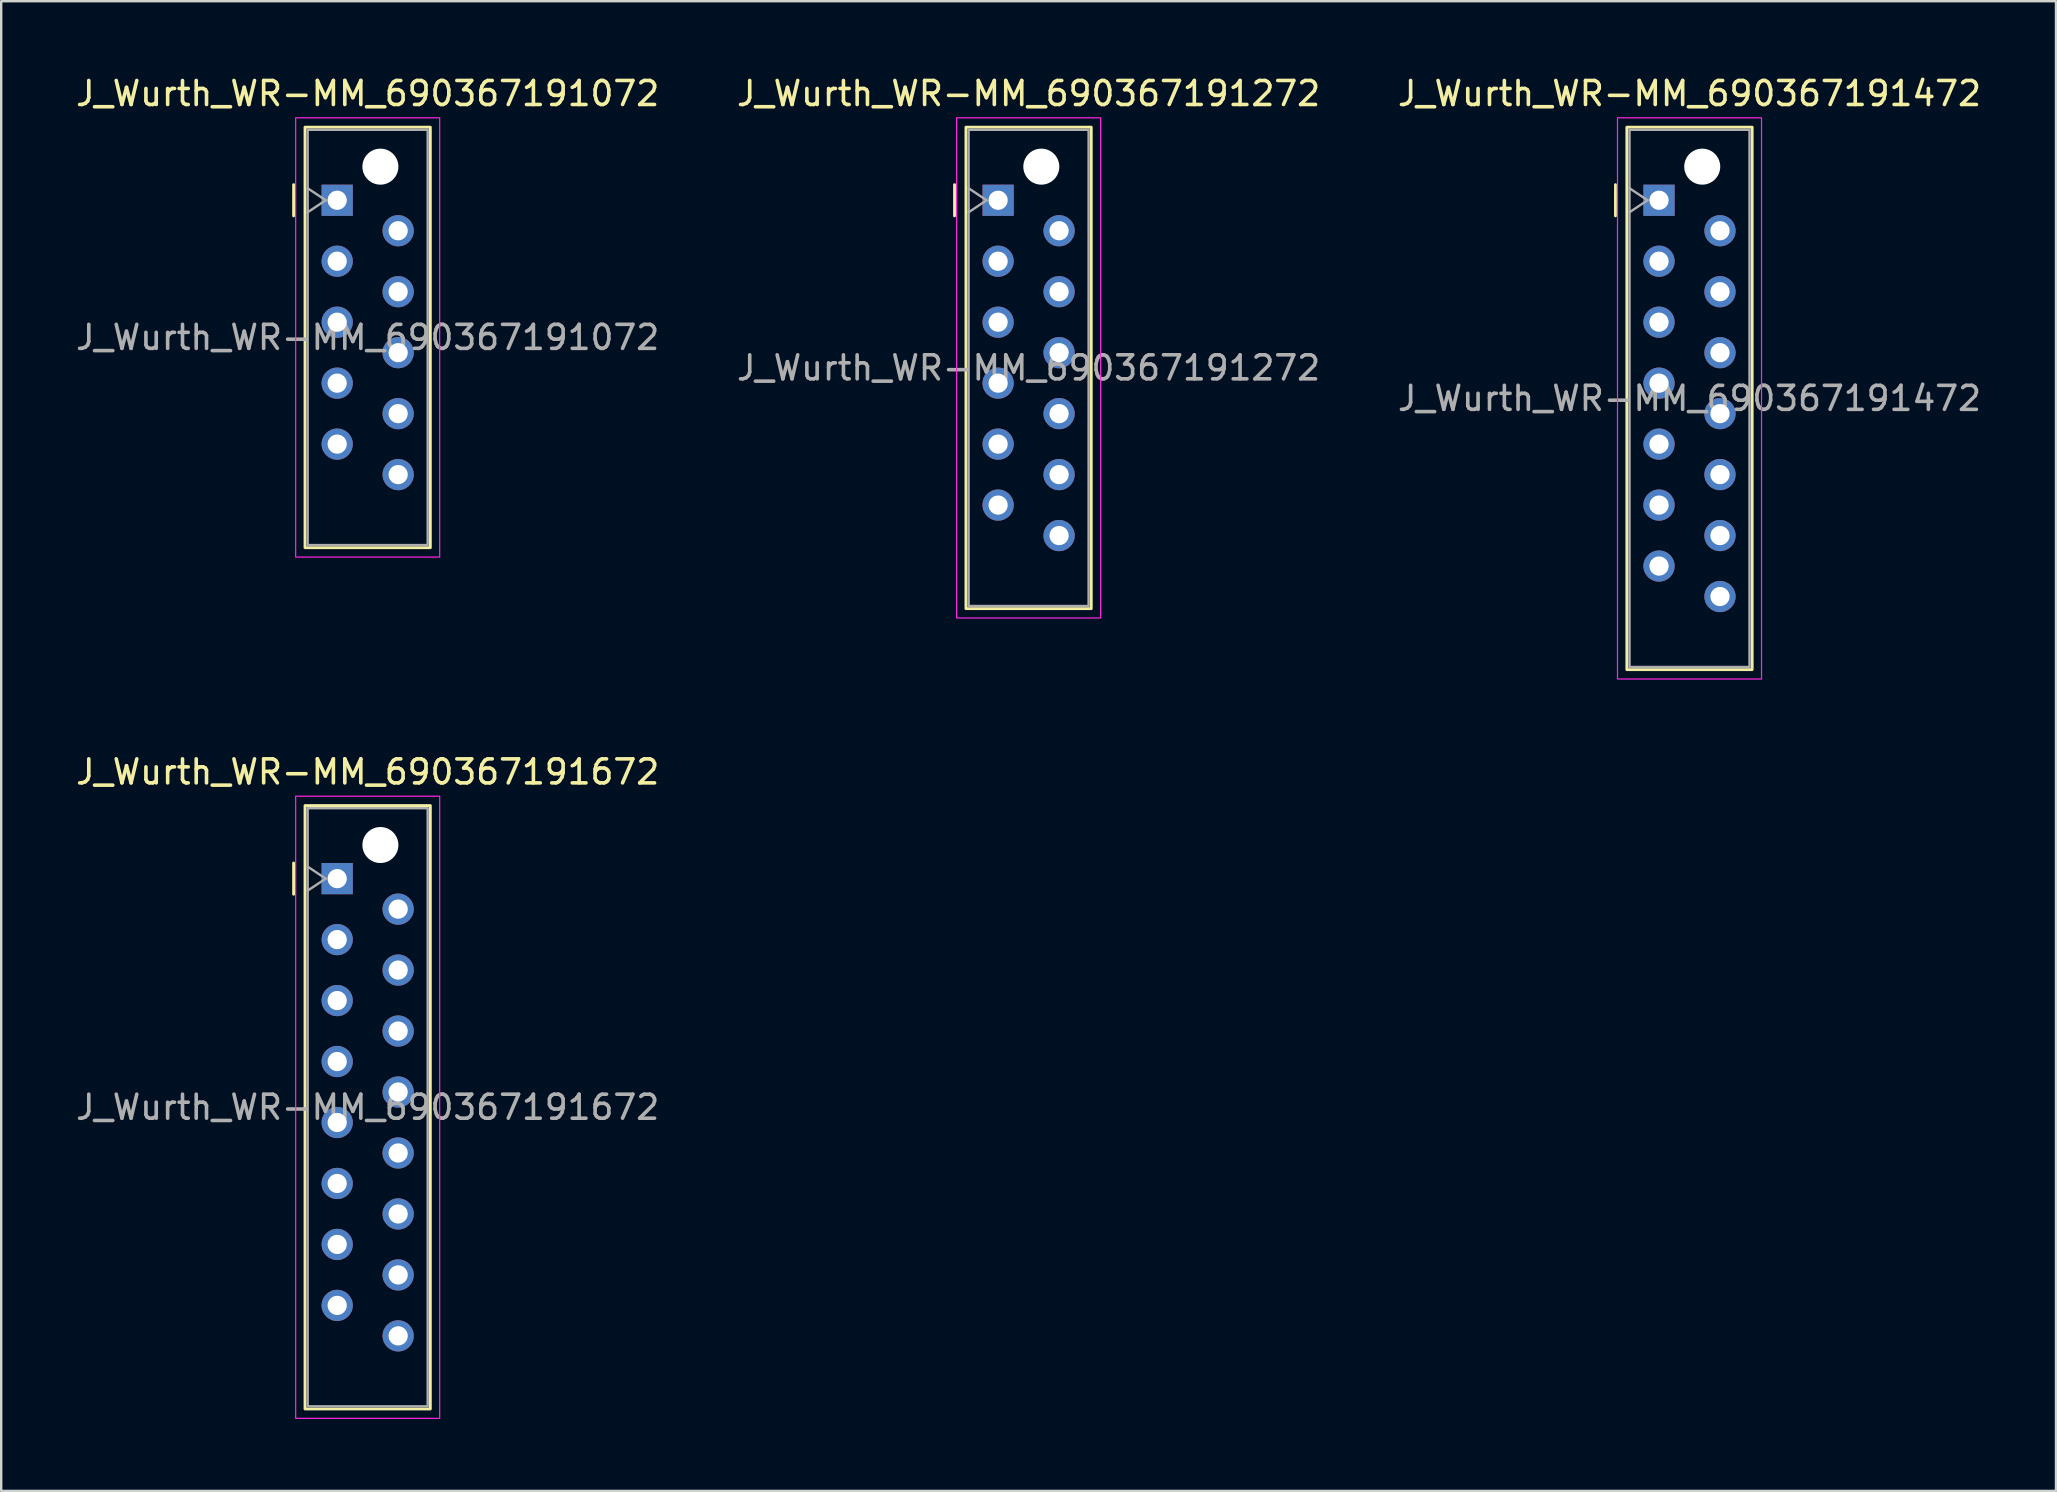
<source format=kicad_pcb>
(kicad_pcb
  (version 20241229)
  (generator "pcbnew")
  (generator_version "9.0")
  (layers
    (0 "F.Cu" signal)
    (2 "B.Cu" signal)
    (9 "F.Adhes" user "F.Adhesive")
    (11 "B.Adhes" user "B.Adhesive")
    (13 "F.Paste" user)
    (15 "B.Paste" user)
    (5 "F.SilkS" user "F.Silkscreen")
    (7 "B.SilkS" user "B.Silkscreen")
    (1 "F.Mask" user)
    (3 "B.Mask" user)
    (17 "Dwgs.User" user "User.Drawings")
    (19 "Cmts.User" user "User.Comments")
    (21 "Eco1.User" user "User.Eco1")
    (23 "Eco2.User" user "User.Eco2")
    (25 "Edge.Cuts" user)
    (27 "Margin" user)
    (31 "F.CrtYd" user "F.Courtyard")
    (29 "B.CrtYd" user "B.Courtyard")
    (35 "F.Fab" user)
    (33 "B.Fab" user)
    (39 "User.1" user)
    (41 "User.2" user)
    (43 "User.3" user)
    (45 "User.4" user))
  (footprint "J_Wurth_WR-MM_690367191672"
    (layer "F.Cu")
    (at 10.998 33.556)
    (property "Reference" "J_Wurth_WR-MM_690367191672" (at 1.27 -4.445 0) (unlocked yes) (layer "F.SilkS") (effects (font (size 1 1) (thickness 0.15))))
    (attr through_hole)
    (fp_line (start -1.815 0.65) (end -1.815 -0.65) (stroke (width 0.12) (type solid)) (layer "F.SilkS"))
    (fp_rect (start -1.34 -3.045) (end 3.88 22.095) (stroke (width 0.12) (type solid)) (fill no) (layer "F.SilkS"))
    (fp_rect (start -1.73 -3.435) (end 4.27 22.485) (stroke (width 0.05) (type solid)) (fill no) (layer "F.CrtYd"))
    (fp_line (start -0.48 0) (end -1.23 -0.5) (stroke (width 0.1) (type solid)) (layer "F.Fab"))
    (fp_line (start -0.48 0) (end -1.23 0.5) (stroke (width 0.1) (type solid)) (layer "F.Fab"))
    (fp_rect (start -1.23 -2.935) (end 3.77 21.985) (stroke (width 0.1) (type solid)) (fill no) (layer "F.Fab"))
    (fp_text user "${REFERENCE}" (at 1.27 9.525 0) (unlocked yes) (layer "F.Fab") (effects (font (size 1 1) (thickness 0.15))))
    (pad "" np_thru_hole circle (at 1.8 -1.4 90) (size 1.5 1.5) (drill 1.5) (layers "*.Cu" "*.Mask"))
    (pad "1" thru_hole rect (at 0 0 90) (size 1.3 1.3) (drill 0.8) (layers "*.Cu" "*.Mask"))
    (pad "2" thru_hole circle (at 2.54 1.27 90) (size 1.3 1.3) (drill 0.8) (layers "*.Cu" "*.Mask"))
    (pad "3" thru_hole circle (at 0 2.54 90) (size 1.3 1.3) (drill 0.8) (layers "*.Cu" "*.Mask"))
    (pad "4" thru_hole circle (at 2.54 3.81 90) (size 1.3 1.3) (drill 0.8) (layers "*.Cu" "*.Mask"))
    (pad "5" thru_hole circle (at 0 5.08 90) (size 1.3 1.3) (drill 0.8) (layers "*.Cu" "*.Mask"))
    (pad "6" thru_hole circle (at 2.54 6.35 90) (size 1.3 1.3) (drill 0.8) (layers "*.Cu" "*.Mask"))
    (pad "7" thru_hole circle (at 0 7.62 90) (size 1.3 1.3) (drill 0.8) (layers "*.Cu" "*.Mask"))
    (pad "8" thru_hole circle (at 2.54 8.89 90) (size 1.3 1.3) (drill 0.8) (layers "*.Cu" "*.Mask"))
    (pad "9" thru_hole circle (at 0 10.16 90) (size 1.3 1.3) (drill 0.8) (layers "*.Cu" "*.Mask"))
    (pad "10" thru_hole circle (at 2.54 11.43 90) (size 1.3 1.3) (drill 0.8) (layers "*.Cu" "*.Mask"))
    (pad "11" thru_hole circle (at 0 12.7 90) (size 1.3 1.3) (drill 0.8) (layers "*.Cu" "*.Mask"))
    (pad "12" thru_hole circle (at 2.54 13.97 90) (size 1.3 1.3) (drill 0.8) (layers "*.Cu" "*.Mask"))
    (pad "13" thru_hole circle (at 0 15.24 90) (size 1.3 1.3) (drill 0.8) (layers "*.Cu" "*.Mask"))
    (pad "14" thru_hole circle (at 2.54 16.51 90) (size 1.3 1.3) (drill 0.8) (layers "*.Cu" "*.Mask"))
    (pad "15" thru_hole circle (at 0 17.78 90) (size 1.3 1.3) (drill 0.8) (layers "*.Cu" "*.Mask"))
    (pad "16" thru_hole circle (at 2.54 19.05 90) (size 1.3 1.3) (drill 0.8) (layers "*.Cu" "*.Mask")))
  (footprint "J_Wurth_WR-MM_690367191272"
    (layer "F.Cu")
    (at 38.534 5.293)
    (property "Reference" "J_Wurth_WR-MM_690367191272" (at 1.27 -4.445 0) (unlocked yes) (layer "F.SilkS") (effects (font (size 1 1) (thickness 0.15))))
    (attr through_hole)
    (fp_line (start -1.815 0.65) (end -1.815 -0.65) (stroke (width 0.12) (type solid)) (layer "F.SilkS"))
    (fp_rect (start -1.34 -3.045) (end 3.88 17.015) (stroke (width 0.12) (type solid)) (fill no) (layer "F.SilkS"))
    (fp_rect (start -1.73 -3.435) (end 4.27 17.405) (stroke (width 0.05) (type solid)) (fill no) (layer "F.CrtYd"))
    (fp_line (start -0.48 0) (end -1.23 -0.5) (stroke (width 0.1) (type solid)) (layer "F.Fab"))
    (fp_line (start -0.48 0) (end -1.23 0.5) (stroke (width 0.1) (type solid)) (layer "F.Fab"))
    (fp_rect (start -1.23 -2.935) (end 3.77 16.905) (stroke (width 0.1) (type solid)) (fill no) (layer "F.Fab"))
    (fp_text user "${REFERENCE}" (at 1.27 6.985 0) (unlocked yes) (layer "F.Fab") (effects (font (size 1 1) (thickness 0.15))))
    (pad "" np_thru_hole circle (at 1.8 -1.4 90) (size 1.5 1.5) (drill 1.5) (layers "*.Cu" "*.Mask"))
    (pad "1" thru_hole rect (at 0 0 90) (size 1.3 1.3) (drill 0.8) (layers "*.Cu" "*.Mask"))
    (pad "2" thru_hole circle (at 2.54 1.27 90) (size 1.3 1.3) (drill 0.8) (layers "*.Cu" "*.Mask"))
    (pad "3" thru_hole circle (at 0 2.54 90) (size 1.3 1.3) (drill 0.8) (layers "*.Cu" "*.Mask"))
    (pad "4" thru_hole circle (at 2.54 3.81 90) (size 1.3 1.3) (drill 0.8) (layers "*.Cu" "*.Mask"))
    (pad "5" thru_hole circle (at 0 5.08 90) (size 1.3 1.3) (drill 0.8) (layers "*.Cu" "*.Mask"))
    (pad "6" thru_hole circle (at 2.54 6.35 90) (size 1.3 1.3) (drill 0.8) (layers "*.Cu" "*.Mask"))
    (pad "7" thru_hole circle (at 0 7.62 90) (size 1.3 1.3) (drill 0.8) (layers "*.Cu" "*.Mask"))
    (pad "8" thru_hole circle (at 2.54 8.89 90) (size 1.3 1.3) (drill 0.8) (layers "*.Cu" "*.Mask"))
    (pad "9" thru_hole circle (at 0 10.16 90) (size 1.3 1.3) (drill 0.8) (layers "*.Cu" "*.Mask"))
    (pad "10" thru_hole circle (at 2.54 11.43 90) (size 1.3 1.3) (drill 0.8) (layers "*.Cu" "*.Mask"))
    (pad "11" thru_hole circle (at 0 12.7 90) (size 1.3 1.3) (drill 0.8) (layers "*.Cu" "*.Mask"))
    (pad "12" thru_hole circle (at 2.54 13.97 90) (size 1.3 1.3) (drill 0.8) (layers "*.Cu" "*.Mask")))
  (footprint "J_Wurth_WR-MM_690367191072"
    (layer "F.Cu")
    (at 10.998 5.293)
    (property "Reference" "J_Wurth_WR-MM_690367191072" (at 1.27 -4.445 0) (unlocked yes) (layer "F.SilkS") (effects (font (size 1 1) (thickness 0.15))))
    (attr through_hole)
    (fp_line (start -1.815 0.65) (end -1.815 -0.65) (stroke (width 0.12) (type solid)) (layer "F.SilkS"))
    (fp_rect (start -1.34 -3.045) (end 3.88 14.475) (stroke (width 0.12) (type solid)) (fill no) (layer "F.SilkS"))
    (fp_rect (start -1.73 -3.435) (end 4.27 14.865) (stroke (width 0.05) (type solid)) (fill no) (layer "F.CrtYd"))
    (fp_line (start -0.48 0) (end -1.23 -0.5) (stroke (width 0.1) (type solid)) (layer "F.Fab"))
    (fp_line (start -0.48 0) (end -1.23 0.5) (stroke (width 0.1) (type solid)) (layer "F.Fab"))
    (fp_rect (start -1.23 -2.935) (end 3.77 14.365) (stroke (width 0.1) (type solid)) (fill no) (layer "F.Fab"))
    (fp_text user "${REFERENCE}" (at 1.27 5.715 0) (unlocked yes) (layer "F.Fab") (effects (font (size 1 1) (thickness 0.15))))
    (pad "" np_thru_hole circle (at 1.8 -1.4 90) (size 1.5 1.5) (drill 1.5) (layers "*.Cu" "*.Mask"))
    (pad "1" thru_hole rect (at 0 0 90) (size 1.3 1.3) (drill 0.8) (layers "*.Cu" "*.Mask"))
    (pad "2" thru_hole circle (at 2.54 1.27 90) (size 1.3 1.3) (drill 0.8) (layers "*.Cu" "*.Mask"))
    (pad "3" thru_hole circle (at 0 2.54 90) (size 1.3 1.3) (drill 0.8) (layers "*.Cu" "*.Mask"))
    (pad "4" thru_hole circle (at 2.54 3.81 90) (size 1.3 1.3) (drill 0.8) (layers "*.Cu" "*.Mask"))
    (pad "5" thru_hole circle (at 0 5.08 90) (size 1.3 1.3) (drill 0.8) (layers "*.Cu" "*.Mask"))
    (pad "6" thru_hole circle (at 2.54 6.35 90) (size 1.3 1.3) (drill 0.8) (layers "*.Cu" "*.Mask"))
    (pad "7" thru_hole circle (at 0 7.62 90) (size 1.3 1.3) (drill 0.8) (layers "*.Cu" "*.Mask"))
    (pad "8" thru_hole circle (at 2.54 8.89 90) (size 1.3 1.3) (drill 0.8) (layers "*.Cu" "*.Mask"))
    (pad "9" thru_hole circle (at 0 10.16 90) (size 1.3 1.3) (drill 0.8) (layers "*.Cu" "*.Mask"))
    (pad "10" thru_hole circle (at 2.54 11.43 90) (size 1.3 1.3) (drill 0.8) (layers "*.Cu" "*.Mask")))
  (footprint "J_Wurth_WR-MM_690367191472"
    (layer "F.Cu")
    (at 66.069 5.293)
    (property "Reference" "J_Wurth_WR-MM_690367191472" (at 1.27 -4.445 0) (unlocked yes) (layer "F.SilkS") (effects (font (size 1 1) (thickness 0.15))))
    (attr through_hole)
    (fp_line (start -1.815 0.65) (end -1.815 -0.65) (stroke (width 0.12) (type solid)) (layer "F.SilkS"))
    (fp_rect (start -1.34 -3.045) (end 3.88 19.555) (stroke (width 0.12) (type solid)) (fill no) (layer "F.SilkS"))
    (fp_rect (start -1.73 -3.435) (end 4.27 19.945) (stroke (width 0.05) (type solid)) (fill no) (layer "F.CrtYd"))
    (fp_line (start -0.48 0) (end -1.23 -0.5) (stroke (width 0.1) (type solid)) (layer "F.Fab"))
    (fp_line (start -0.48 0) (end -1.23 0.5) (stroke (width 0.1) (type solid)) (layer "F.Fab"))
    (fp_rect (start -1.23 -2.935) (end 3.77 19.445) (stroke (width 0.1) (type solid)) (fill no) (layer "F.Fab"))
    (fp_text user "${REFERENCE}" (at 1.27 8.255 0) (unlocked yes) (layer "F.Fab") (effects (font (size 1 1) (thickness 0.15))))
    (pad "" np_thru_hole circle (at 1.8 -1.4 90) (size 1.5 1.5) (drill 1.5) (layers "*.Cu" "*.Mask"))
    (pad "1" thru_hole rect (at 0 0 90) (size 1.3 1.3) (drill 0.8) (layers "*.Cu" "*.Mask"))
    (pad "2" thru_hole circle (at 2.54 1.27 90) (size 1.3 1.3) (drill 0.8) (layers "*.Cu" "*.Mask"))
    (pad "3" thru_hole circle (at 0 2.54 90) (size 1.3 1.3) (drill 0.8) (layers "*.Cu" "*.Mask"))
    (pad "4" thru_hole circle (at 2.54 3.81 90) (size 1.3 1.3) (drill 0.8) (layers "*.Cu" "*.Mask"))
    (pad "5" thru_hole circle (at 0 5.08 90) (size 1.3 1.3) (drill 0.8) (layers "*.Cu" "*.Mask"))
    (pad "6" thru_hole circle (at 2.54 6.35 90) (size 1.3 1.3) (drill 0.8) (layers "*.Cu" "*.Mask"))
    (pad "7" thru_hole circle (at 0 7.62 90) (size 1.3 1.3) (drill 0.8) (layers "*.Cu" "*.Mask"))
    (pad "8" thru_hole circle (at 2.54 8.89 90) (size 1.3 1.3) (drill 0.8) (layers "*.Cu" "*.Mask"))
    (pad "9" thru_hole circle (at 0 10.16 90) (size 1.3 1.3) (drill 0.8) (layers "*.Cu" "*.Mask"))
    (pad "10" thru_hole circle (at 2.54 11.43 90) (size 1.3 1.3) (drill 0.8) (layers "*.Cu" "*.Mask"))
    (pad "11" thru_hole circle (at 0 12.7 90) (size 1.3 1.3) (drill 0.8) (layers "*.Cu" "*.Mask"))
    (pad "12" thru_hole circle (at 2.54 13.97 90) (size 1.3 1.3) (drill 0.8) (layers "*.Cu" "*.Mask"))
    (pad "13" thru_hole circle (at 0 15.24 90) (size 1.3 1.3) (drill 0.8) (layers "*.Cu" "*.Mask"))
    (pad "14" thru_hole circle (at 2.54 16.51 90) (size 1.3 1.3) (drill 0.8) (layers "*.Cu" "*.Mask")))
  (gr_rect
    (start -3 -3)
    (end 82.607 59.066)
    (stroke (width 0.1) (type default))
    (fill no)
    (layer "Edge.Cuts")))
</source>
